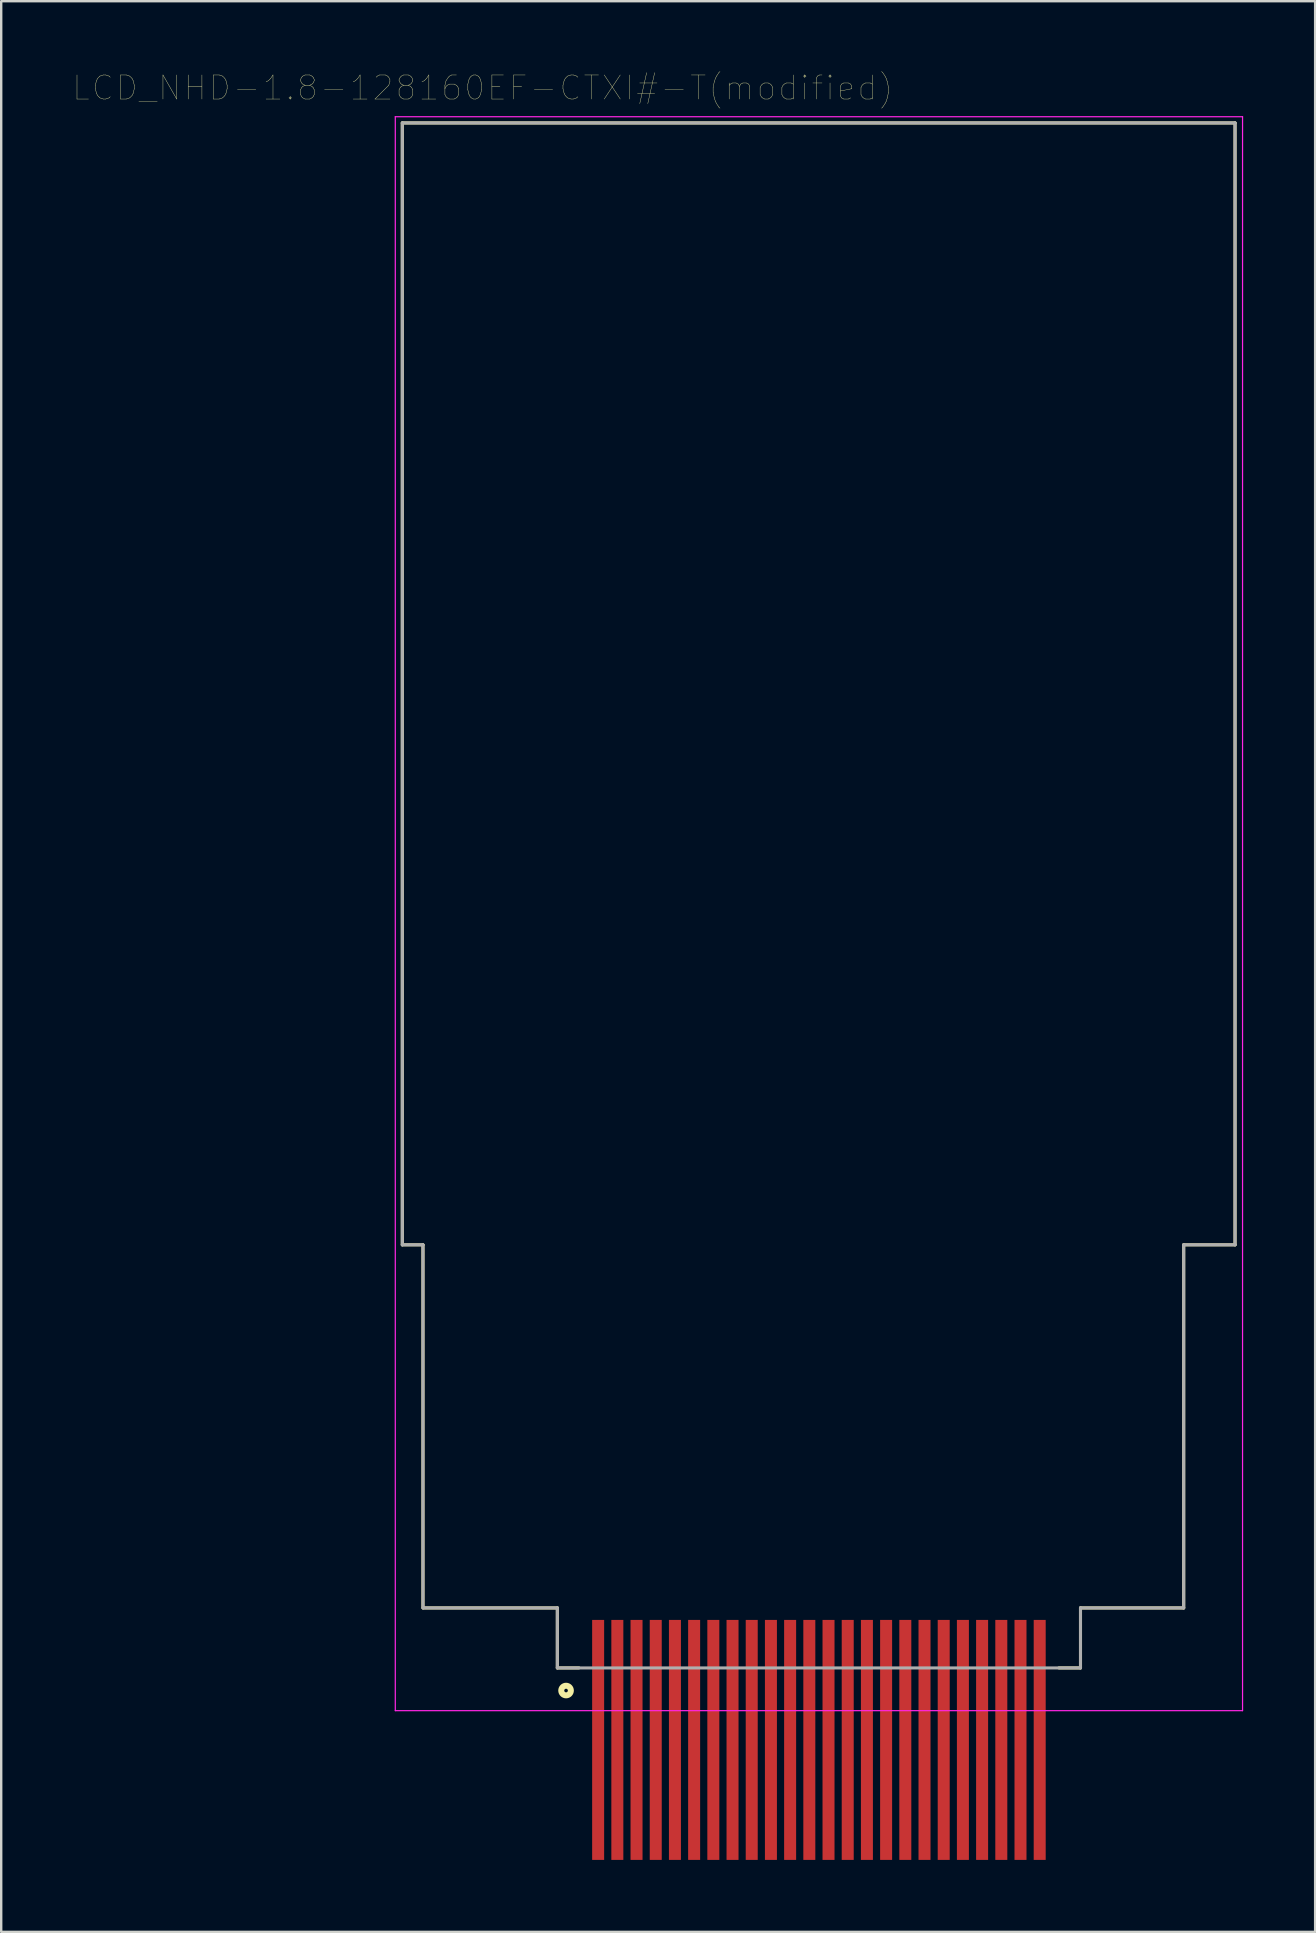
<source format=kicad_pcb>
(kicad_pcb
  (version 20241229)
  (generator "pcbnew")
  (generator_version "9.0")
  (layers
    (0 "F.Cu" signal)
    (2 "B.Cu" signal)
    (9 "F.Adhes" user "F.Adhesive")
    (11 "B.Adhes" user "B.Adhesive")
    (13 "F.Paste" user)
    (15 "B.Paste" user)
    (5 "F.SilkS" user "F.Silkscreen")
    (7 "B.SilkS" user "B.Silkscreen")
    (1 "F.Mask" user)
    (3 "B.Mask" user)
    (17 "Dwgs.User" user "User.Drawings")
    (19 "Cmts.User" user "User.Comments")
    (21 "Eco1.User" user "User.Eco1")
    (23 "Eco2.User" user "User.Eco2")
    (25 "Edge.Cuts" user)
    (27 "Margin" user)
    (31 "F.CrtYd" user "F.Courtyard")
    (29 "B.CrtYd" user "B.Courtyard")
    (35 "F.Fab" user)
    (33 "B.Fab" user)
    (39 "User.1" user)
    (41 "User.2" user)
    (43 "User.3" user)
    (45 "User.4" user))
  (footprint "LCD_NHD-1.8-128160EF-CTXI#-T(modified)"
    (layer "F.Cu")
    (at 31.075 66.203)
    (property "Reference" "LCD_NHD-1.8-128160EF-CTXI#-T(modified)" (at -14.009 -65.59 0) (layer "F.SilkS") (effects (font (size 1.003 1.003) (thickness 0.015))))
    (attr through_hole)
    (fp_line (start -17.36 -64.13) (end 17.34 -64.13) (stroke (width 0.127) (type solid)) (layer "F.SilkS"))
    (fp_line (start -17.36 -17.38) (end -17.36 -64.13) (stroke (width 0.127) (type solid)) (layer "F.SilkS"))
    (fp_line (start -16.5 -17.38) (end -17.36 -17.38) (stroke (width 0.127) (type solid)) (layer "F.SilkS"))
    (fp_line (start -16.5 -2.25) (end -16.5 -17.38) (stroke (width 0.127) (type solid)) (layer "F.SilkS"))
    (fp_line (start -10.9 -2.25) (end -16.49 -2.25) (stroke (width 0.127) (type solid)) (layer "F.SilkS"))
    (fp_line (start -10.9 0.25) (end -10.9 -2.25) (stroke (width 0.127) (type solid)) (layer "F.SilkS"))
    (fp_line (start -10.9 0.25) (end -10 0.25) (stroke (width 0.127) (type solid)) (layer "F.SilkS"))
    (fp_line (start 10.9 -2.25) (end 15.2 -2.25) (stroke (width 0.127) (type solid)) (layer "F.SilkS"))
    (fp_line (start 10.9 0.25) (end 10 0.25) (stroke (width 0.127) (type solid)) (layer "F.SilkS"))
    (fp_line (start 10.9 0.25) (end 10.9 -2.25) (stroke (width 0.127) (type solid)) (layer "F.SilkS"))
    (fp_line (start 15.2 -17.38) (end 17.34 -17.38) (stroke (width 0.127) (type solid)) (layer "F.SilkS"))
    (fp_line (start 15.2 -2.25) (end 15.2 -17.38) (stroke (width 0.127) (type solid)) (layer "F.SilkS"))
    (fp_line (start 17.34 -17.38) (end 17.34 -64.13) (stroke (width 0.127) (type solid)) (layer "F.SilkS"))
    (fp_circle (center -10.537 1.193) (end -10.337 1.193) (stroke (width 0.25) (type solid)) (fill no) (layer "F.SilkS"))
    (fp_line (start -17.653 -64.389) (end 17.653 -64.389) (stroke (width 0.05) (type solid)) (layer "F.CrtYd"))
    (fp_line (start -17.653 2.032) (end -17.653 -64.389) (stroke (width 0.05) (type solid)) (layer "F.CrtYd"))
    (fp_line (start 17.653 -64.389) (end 17.653 2.032) (stroke (width 0.05) (type solid)) (layer "F.CrtYd"))
    (fp_line (start 17.653 2.032) (end -17.653 2.032) (stroke (width 0.05) (type solid)) (layer "F.CrtYd"))
    (fp_line (start -17.36 -64.13) (end 17.34 -64.13) (stroke (width 0.127) (type solid)) (layer "F.Fab"))
    (fp_line (start -17.36 -17.38) (end -17.36 -64.13) (stroke (width 0.127) (type solid)) (layer "F.Fab"))
    (fp_line (start -16.5 -17.38) (end -17.36 -17.38) (stroke (width 0.127) (type solid)) (layer "F.Fab"))
    (fp_line (start -16.5 -2.25) (end -16.5 -17.38) (stroke (width 0.127) (type solid)) (layer "F.Fab"))
    (fp_line (start -10.9 -2.25) (end -16.49 -2.25) (stroke (width 0.127) (type solid)) (layer "F.Fab"))
    (fp_line (start -10.9 0.25) (end -10.9 -2.25) (stroke (width 0.127) (type solid)) (layer "F.Fab"))
    (fp_line (start -10.9 0.25) (end 10.9 0.25) (stroke (width 0.127) (type solid)) (layer "F.Fab"))
    (fp_line (start 10.9 -2.25) (end 15.2 -2.25) (stroke (width 0.127) (type solid)) (layer "F.Fab"))
    (fp_line (start 10.9 0.25) (end 10.9 -2.25) (stroke (width 0.127) (type solid)) (layer "F.Fab"))
    (fp_line (start 15.2 -17.38) (end 17.34 -17.38) (stroke (width 0.127) (type solid)) (layer "F.Fab"))
    (fp_line (start 15.2 -2.25) (end 15.2 -17.38) (stroke (width 0.127) (type solid)) (layer "F.Fab"))
    (fp_line (start 17.34 -17.38) (end 17.34 -64.13) (stroke (width 0.127) (type solid)) (layer "F.Fab"))
    (pad "1" smd rect (at -9.2 3.25) (size 0.5 10) (layers "F.Cu" "F.Mask" "F.Paste"))
    (pad "2" smd rect (at -8.4 3.25) (size 0.5 10) (layers "F.Cu" "F.Mask" "F.Paste"))
    (pad "3" smd rect (at -7.6 3.25) (size 0.5 10) (layers "F.Cu" "F.Mask" "F.Paste"))
    (pad "4" smd rect (at -6.8 3.25) (size 0.5 10) (layers "F.Cu" "F.Mask" "F.Paste"))
    (pad "5" smd rect (at -6 3.25) (size 0.5 10) (layers "F.Cu" "F.Mask" "F.Paste"))
    (pad "6" smd rect (at -5.2 3.25) (size 0.5 10) (layers "F.Cu" "F.Mask" "F.Paste"))
    (pad "7" smd rect (at -4.4 3.25) (size 0.5 10) (layers "F.Cu" "F.Mask" "F.Paste"))
    (pad "8" smd rect (at -3.6 3.25) (size 0.5 10) (layers "F.Cu" "F.Mask" "F.Paste"))
    (pad "9" smd rect (at -2.8 3.25) (size 0.5 10) (layers "F.Cu" "F.Mask" "F.Paste"))
    (pad "10" smd rect (at -2 3.25) (size 0.5 10) (layers "F.Cu" "F.Mask" "F.Paste"))
    (pad "11" smd rect (at -1.2 3.25) (size 0.5 10) (layers "F.Cu" "F.Mask" "F.Paste"))
    (pad "12" smd rect (at -0.4 3.25) (size 0.5 10) (layers "F.Cu" "F.Mask" "F.Paste"))
    (pad "13" smd rect (at 0.4 3.25) (size 0.5 10) (layers "F.Cu" "F.Mask" "F.Paste"))
    (pad "14" smd rect (at 1.2 3.25) (size 0.5 10) (layers "F.Cu" "F.Mask" "F.Paste"))
    (pad "15" smd rect (at 2 3.25) (size 0.5 10) (layers "F.Cu" "F.Mask" "F.Paste"))
    (pad "16" smd rect (at 2.8 3.25) (size 0.5 10) (layers "F.Cu" "F.Mask" "F.Paste"))
    (pad "17" smd rect (at 3.6 3.25) (size 0.5 10) (layers "F.Cu" "F.Mask" "F.Paste"))
    (pad "18" smd rect (at 4.4 3.25) (size 0.5 10) (layers "F.Cu" "F.Mask" "F.Paste"))
    (pad "19" smd rect (at 5.2 3.25) (size 0.5 10) (layers "F.Cu" "F.Mask" "F.Paste"))
    (pad "20" smd rect (at 6 3.25) (size 0.5 10) (layers "F.Cu" "F.Mask" "F.Paste"))
    (pad "21" smd rect (at 6.8 3.25) (size 0.5 10) (layers "F.Cu" "F.Mask" "F.Paste"))
    (pad "22" smd rect (at 7.6 3.25) (size 0.5 10) (layers "F.Cu" "F.Mask" "F.Paste"))
    (pad "23" smd rect (at 8.4 3.25) (size 0.5 10) (layers "F.Cu" "F.Mask" "F.Paste"))
    (pad "24" smd rect (at 9.2 3.25) (size 0.5 10) (layers "F.Cu" "F.Mask" "F.Paste")))
  (gr_rect
    (start -3 -3)
    (end 51.753 77.453)
    (stroke (width 0.1) (type default))
    (fill no)
    (layer "Edge.Cuts")))
</source>
